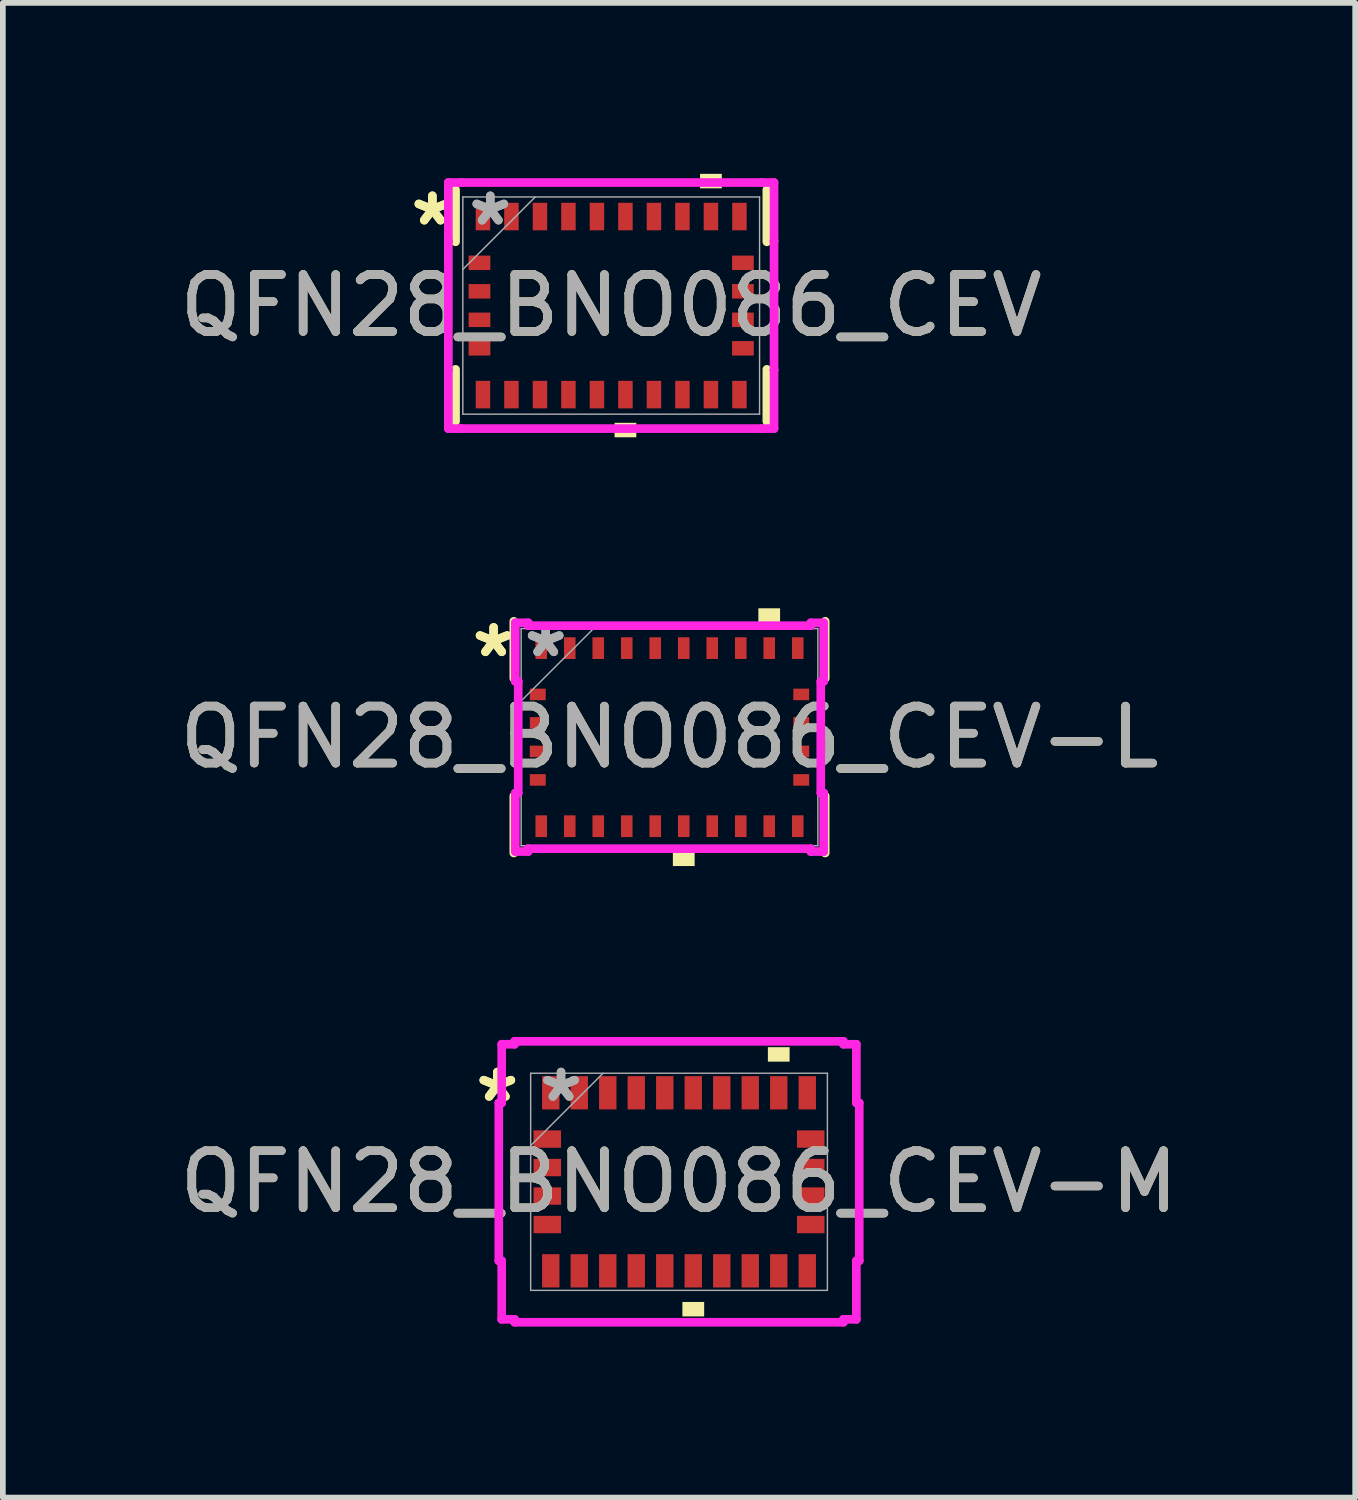
<source format=kicad_pcb>
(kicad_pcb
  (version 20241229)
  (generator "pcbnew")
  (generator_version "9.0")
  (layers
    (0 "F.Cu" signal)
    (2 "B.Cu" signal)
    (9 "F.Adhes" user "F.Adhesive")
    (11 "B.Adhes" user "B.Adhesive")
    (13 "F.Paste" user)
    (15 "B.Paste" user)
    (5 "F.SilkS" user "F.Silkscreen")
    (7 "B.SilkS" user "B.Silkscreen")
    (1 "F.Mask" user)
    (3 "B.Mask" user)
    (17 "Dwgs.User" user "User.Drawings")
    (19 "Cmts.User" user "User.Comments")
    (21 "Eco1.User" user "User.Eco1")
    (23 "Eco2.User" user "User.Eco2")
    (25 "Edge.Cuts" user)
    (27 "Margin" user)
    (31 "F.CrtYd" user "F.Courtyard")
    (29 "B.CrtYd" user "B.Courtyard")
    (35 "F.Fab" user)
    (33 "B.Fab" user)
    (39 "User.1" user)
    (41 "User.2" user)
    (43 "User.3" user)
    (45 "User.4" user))
  (footprint "QFN28_BNO086_CEV"
    (layer "F.Cu")
    (at 7.673 2.311)
    (property "Reference" "QFN28_BNO086_CEV" (at 0 0 0) (unlocked yes) (layer "F.SilkS") (effects (font (size 1 1) (thickness 0.15))))
    (attr smd)
    (fp_line (start -2.731 -2.032) (end -2.731 -1.119) (stroke (width 0.152) (type solid)) (layer "F.SilkS"))
    (fp_line (start -2.731 1.119) (end -2.731 2.032) (stroke (width 0.152) (type solid)) (layer "F.SilkS"))
    (fp_line (start 2.731 -1.119) (end 2.731 -2.032) (stroke (width 0.152) (type solid)) (layer "F.SilkS"))
    (fp_line (start 2.731 2.032) (end 2.731 1.119) (stroke (width 0.152) (type solid)) (layer "F.SilkS"))
    (fp_poly (pts (xy 0.059 2.057) (xy 0.059 2.311) (xy 0.441 2.311) (xy 0.441 2.057)) (stroke (width 0) (type solid)) (fill yes) (layer "F.SilkS"))
    (fp_poly (pts (xy 1.559 -2.057) (xy 1.559 -2.311) (xy 1.94 -2.311) (xy 1.94 -2.057)) (stroke (width 0) (type solid)) (fill yes) (layer "F.SilkS"))
    (fp_line (start -2.857 -2.159) (end -2.631 -2.159) (stroke (width 0.152) (type solid)) (layer "F.CrtYd"))
    (fp_line (start -2.857 -1.131) (end -2.857 -2.159) (stroke (width 0.152) (type solid)) (layer "F.CrtYd"))
    (fp_line (start -2.857 -1.131) (end -2.857 -1.131) (stroke (width 0.152) (type solid)) (layer "F.CrtYd"))
    (fp_line (start -2.857 1.131) (end -2.857 -1.131) (stroke (width 0.152) (type solid)) (layer "F.CrtYd"))
    (fp_line (start -2.857 1.131) (end -2.857 1.131) (stroke (width 0.152) (type solid)) (layer "F.CrtYd"))
    (fp_line (start -2.857 2.159) (end -2.857 1.131) (stroke (width 0.152) (type solid)) (layer "F.CrtYd"))
    (fp_line (start -2.857 2.159) (end -2.631 2.159) (stroke (width 0.152) (type solid)) (layer "F.CrtYd"))
    (fp_line (start -2.631 -2.159) (end -2.631 -2.159) (stroke (width 0.152) (type solid)) (layer "F.CrtYd"))
    (fp_line (start -2.631 -2.159) (end 2.631 -2.159) (stroke (width 0.152) (type solid)) (layer "F.CrtYd"))
    (fp_line (start -2.631 2.159) (end -2.631 2.159) (stroke (width 0.152) (type solid)) (layer "F.CrtYd"))
    (fp_line (start -2.631 2.159) (end 2.631 2.159) (stroke (width 0.152) (type solid)) (layer "F.CrtYd"))
    (fp_line (start 2.631 -2.159) (end 2.631 -2.159) (stroke (width 0.152) (type solid)) (layer "F.CrtYd"))
    (fp_line (start 2.631 -2.159) (end 2.857 -2.159) (stroke (width 0.152) (type solid)) (layer "F.CrtYd"))
    (fp_line (start 2.631 2.159) (end 2.631 2.159) (stroke (width 0.152) (type solid)) (layer "F.CrtYd"))
    (fp_line (start 2.631 2.159) (end 2.857 2.159) (stroke (width 0.152) (type solid)) (layer "F.CrtYd"))
    (fp_line (start 2.857 -1.131) (end 2.857 -2.159) (stroke (width 0.152) (type solid)) (layer "F.CrtYd"))
    (fp_line (start 2.857 -1.131) (end 2.857 -1.131) (stroke (width 0.152) (type solid)) (layer "F.CrtYd"))
    (fp_line (start 2.857 1.131) (end 2.857 -1.131) (stroke (width 0.152) (type solid)) (layer "F.CrtYd"))
    (fp_line (start 2.857 1.131) (end 2.857 1.131) (stroke (width 0.152) (type solid)) (layer "F.CrtYd"))
    (fp_line (start 2.857 2.159) (end 2.857 1.131) (stroke (width 0.152) (type solid)) (layer "F.CrtYd"))
    (fp_line (start -2.603 -1.905) (end -2.603 1.905) (stroke (width 0.025) (type solid)) (layer "F.Fab"))
    (fp_line (start -2.603 -0.635) (end -1.333 -1.905) (stroke (width 0.025) (type solid)) (layer "F.Fab"))
    (fp_line (start -2.603 1.905) (end 2.603 1.905) (stroke (width 0.025) (type solid)) (layer "F.Fab"))
    (fp_line (start 2.603 -1.905) (end -2.603 -1.905) (stroke (width 0.025) (type solid)) (layer "F.Fab"))
    (fp_line (start 2.603 1.905) (end 2.603 -1.905) (stroke (width 0.025) (type solid)) (layer "F.Fab"))
    (fp_text user "*" (at -3.137 -1.381 0) (unlocked yes) (layer "F.SilkS") (effects (font (size 1 1) (thickness 0.15))))
    (fp_text user "*" (at -3.137 -1.381 0) (layer "F.SilkS") (effects (font (size 1 1) (thickness 0.15))))
    (fp_text user "${REFERENCE}" (at 0 0 0) (unlocked yes) (layer "F.Fab") (effects (font (size 1 1) (thickness 0.15))))
    (fp_text user "*" (at -2.121 -1.381 0) (layer "F.Fab") (effects (font (size 1 1) (thickness 0.15))))
    (fp_text user "*" (at -2.121 -1.381 0) (unlocked yes) (layer "F.Fab") (effects (font (size 1 1) (thickness 0.15))))
    (pad "1" smd rect (at -2.25 -1.562) (size 0.254 0.483) (layers "F.Cu" "F.Mask" "F.Paste"))
    (pad "2" smd rect (at -2.311 -0.75 90) (size 0.254 0.381) (layers "F.Cu" "F.Mask" "F.Paste"))
    (pad "3" smd rect (at -2.311 -0.25 90) (size 0.254 0.381) (layers "F.Cu" "F.Mask" "F.Paste"))
    (pad "4" smd rect (at -2.311 0.25 90) (size 0.254 0.381) (layers "F.Cu" "F.Mask" "F.Paste"))
    (pad "5" smd rect (at -2.311 0.75 90) (size 0.254 0.381) (layers "F.Cu" "F.Mask" "F.Paste"))
    (pad "6" smd rect (at -2.25 1.562) (size 0.254 0.483) (layers "F.Cu" "F.Mask" "F.Paste"))
    (pad "7" smd rect (at -1.75 1.562) (size 0.254 0.483) (layers "F.Cu" "F.Mask" "F.Paste"))
    (pad "8" smd rect (at -1.25 1.562) (size 0.254 0.483) (layers "F.Cu" "F.Mask" "F.Paste"))
    (pad "9" smd rect (at -0.75 1.562) (size 0.254 0.483) (layers "F.Cu" "F.Mask" "F.Paste"))
    (pad "10" smd rect (at -0.25 1.562) (size 0.254 0.483) (layers "F.Cu" "F.Mask" "F.Paste"))
    (pad "11" smd rect (at 0.25 1.562) (size 0.254 0.483) (layers "F.Cu" "F.Mask" "F.Paste"))
    (pad "12" smd rect (at 0.75 1.562) (size 0.254 0.483) (layers "F.Cu" "F.Mask" "F.Paste"))
    (pad "13" smd rect (at 1.25 1.562) (size 0.254 0.483) (layers "F.Cu" "F.Mask" "F.Paste"))
    (pad "14" smd rect (at 1.75 1.562) (size 0.254 0.483) (layers "F.Cu" "F.Mask" "F.Paste"))
    (pad "15" smd rect (at 2.25 1.562) (size 0.254 0.483) (layers "F.Cu" "F.Mask" "F.Paste"))
    (pad "16" smd rect (at 2.311 0.75 90) (size 0.254 0.381) (layers "F.Cu" "F.Mask" "F.Paste"))
    (pad "17" smd rect (at 2.311 0.25 90) (size 0.254 0.381) (layers "F.Cu" "F.Mask" "F.Paste"))
    (pad "18" smd rect (at 2.311 -0.25 90) (size 0.254 0.381) (layers "F.Cu" "F.Mask" "F.Paste"))
    (pad "19" smd rect (at 2.311 -0.75 90) (size 0.254 0.381) (layers "F.Cu" "F.Mask" "F.Paste"))
    (pad "20" smd rect (at 2.25 -1.562) (size 0.254 0.483) (layers "F.Cu" "F.Mask" "F.Paste"))
    (pad "21" smd rect (at 1.75 -1.562) (size 0.254 0.483) (layers "F.Cu" "F.Mask" "F.Paste"))
    (pad "22" smd rect (at 1.25 -1.562) (size 0.254 0.483) (layers "F.Cu" "F.Mask" "F.Paste"))
    (pad "23" smd rect (at 0.75 -1.562) (size 0.254 0.483) (layers "F.Cu" "F.Mask" "F.Paste"))
    (pad "24" smd rect (at 0.25 -1.562) (size 0.254 0.483) (layers "F.Cu" "F.Mask" "F.Paste"))
    (pad "25" smd rect (at -0.25 -1.562) (size 0.254 0.483) (layers "F.Cu" "F.Mask" "F.Paste"))
    (pad "26" smd rect (at -0.75 -1.562) (size 0.254 0.483) (layers "F.Cu" "F.Mask" "F.Paste"))
    (pad "27" smd rect (at -1.25 -1.562) (size 0.254 0.483) (layers "F.Cu" "F.Mask" "F.Paste"))
    (pad "28" smd rect (at -1.75 -1.562) (size 0.254 0.483) (layers "F.Cu" "F.Mask" "F.Paste")))
  (footprint "QFN28_BNO086_CEV-L"
    (layer "F.Cu")
    (at 8.696 9.883)
    (property "Reference" "QFN28_BNO086_CEV-L" (at 0 0 0) (unlocked yes) (layer "F.SilkS") (effects (font (size 1 1) (thickness 0.15))))
    (attr smd)
    (fp_line (start -2.731 -2.032) (end -2.731 -1.032) (stroke (width 0.152) (type solid)) (layer "F.SilkS"))
    (fp_line (start -2.731 1.032) (end -2.731 2.032) (stroke (width 0.152) (type solid)) (layer "F.SilkS"))
    (fp_line (start 2.731 -1.032) (end 2.731 -2.032) (stroke (width 0.152) (type solid)) (layer "F.SilkS"))
    (fp_line (start 2.731 2.032) (end 2.731 1.032) (stroke (width 0.152) (type solid)) (layer "F.SilkS"))
    (fp_poly (pts (xy 0.059 2.007) (xy 0.059 2.261) (xy 0.441 2.261) (xy 0.441 2.007)) (stroke (width 0) (type solid)) (fill yes) (layer "F.SilkS"))
    (fp_poly (pts (xy 1.559 -2.007) (xy 1.559 -2.261) (xy 1.94 -2.261) (xy 1.94 -2.007)) (stroke (width 0) (type solid)) (fill yes) (layer "F.SilkS"))
    (fp_line (start -2.705 -2.007) (end -2.479 -2.007) (stroke (width 0.152) (type solid)) (layer "F.CrtYd"))
    (fp_line (start -2.705 -0.979) (end -2.705 -2.007) (stroke (width 0.152) (type solid)) (layer "F.CrtYd"))
    (fp_line (start -2.705 0.979) (end -2.654 0.979) (stroke (width 0.152) (type solid)) (layer "F.CrtYd"))
    (fp_line (start -2.705 2.007) (end -2.705 0.979) (stroke (width 0.152) (type solid)) (layer "F.CrtYd"))
    (fp_line (start -2.705 2.007) (end -2.479 2.007) (stroke (width 0.152) (type solid)) (layer "F.CrtYd"))
    (fp_line (start -2.654 -0.979) (end -2.705 -0.979) (stroke (width 0.152) (type solid)) (layer "F.CrtYd"))
    (fp_line (start -2.654 0.979) (end -2.654 -0.979) (stroke (width 0.152) (type solid)) (layer "F.CrtYd"))
    (fp_line (start -2.479 -2.007) (end -2.479 -1.956) (stroke (width 0.152) (type solid)) (layer "F.CrtYd"))
    (fp_line (start -2.479 -1.956) (end 2.479 -1.956) (stroke (width 0.152) (type solid)) (layer "F.CrtYd"))
    (fp_line (start -2.479 1.956) (end 2.479 1.956) (stroke (width 0.152) (type solid)) (layer "F.CrtYd"))
    (fp_line (start -2.479 2.007) (end -2.479 1.956) (stroke (width 0.152) (type solid)) (layer "F.CrtYd"))
    (fp_line (start 2.479 -2.007) (end 2.705 -2.007) (stroke (width 0.152) (type solid)) (layer "F.CrtYd"))
    (fp_line (start 2.479 -1.956) (end 2.479 -2.007) (stroke (width 0.152) (type solid)) (layer "F.CrtYd"))
    (fp_line (start 2.479 1.956) (end 2.479 2.007) (stroke (width 0.152) (type solid)) (layer "F.CrtYd"))
    (fp_line (start 2.479 2.007) (end 2.705 2.007) (stroke (width 0.152) (type solid)) (layer "F.CrtYd"))
    (fp_line (start 2.654 -0.979) (end 2.705 -0.979) (stroke (width 0.152) (type solid)) (layer "F.CrtYd"))
    (fp_line (start 2.654 0.979) (end 2.654 -0.979) (stroke (width 0.152) (type solid)) (layer "F.CrtYd"))
    (fp_line (start 2.705 -0.979) (end 2.705 -2.007) (stroke (width 0.152) (type solid)) (layer "F.CrtYd"))
    (fp_line (start 2.705 0.979) (end 2.654 0.979) (stroke (width 0.152) (type solid)) (layer "F.CrtYd"))
    (fp_line (start 2.705 2.007) (end 2.705 0.979) (stroke (width 0.152) (type solid)) (layer "F.CrtYd"))
    (fp_line (start -2.603 -1.905) (end -2.603 1.905) (stroke (width 0.025) (type solid)) (layer "F.Fab"))
    (fp_line (start -2.603 -0.635) (end -1.333 -1.905) (stroke (width 0.025) (type solid)) (layer "F.Fab"))
    (fp_line (start -2.603 1.905) (end 2.603 1.905) (stroke (width 0.025) (type solid)) (layer "F.Fab"))
    (fp_line (start 2.603 -1.905) (end -2.603 -1.905) (stroke (width 0.025) (type solid)) (layer "F.Fab"))
    (fp_line (start 2.603 1.905) (end 2.603 -1.905) (stroke (width 0.025) (type solid)) (layer "F.Fab"))
    (fp_text user "*" (at -3.086 -1.381 0) (layer "F.SilkS") (effects (font (size 1 1) (thickness 0.15))))
    (fp_text user "*" (at -3.086 -1.381 0) (unlocked yes) (layer "F.SilkS") (effects (font (size 1 1) (thickness 0.15))))
    (fp_text user "${REFERENCE}" (at 0 0 0) (unlocked yes) (layer "F.Fab") (effects (font (size 1 1) (thickness 0.15))))
    (fp_text user "*" (at -2.172 -1.381 0) (layer "F.Fab") (effects (font (size 1 1) (thickness 0.15))))
    (fp_text user "*" (at -2.172 -1.381 0) (unlocked yes) (layer "F.Fab") (effects (font (size 1 1) (thickness 0.15))))
    (pad "1" smd rect (at -2.25 -1.562) (size 0.203 0.381) (layers "F.Cu" "F.Mask" "F.Paste"))
    (pad "2" smd rect (at -2.311 -0.75 90) (size 0.203 0.279) (layers "F.Cu" "F.Mask" "F.Paste"))
    (pad "3" smd rect (at -2.311 -0.25 90) (size 0.203 0.279) (layers "F.Cu" "F.Mask" "F.Paste"))
    (pad "4" smd rect (at -2.311 0.25 90) (size 0.203 0.279) (layers "F.Cu" "F.Mask" "F.Paste"))
    (pad "5" smd rect (at -2.311 0.75 90) (size 0.203 0.279) (layers "F.Cu" "F.Mask" "F.Paste"))
    (pad "6" smd rect (at -2.25 1.562) (size 0.203 0.381) (layers "F.Cu" "F.Mask" "F.Paste"))
    (pad "7" smd rect (at -1.75 1.562) (size 0.203 0.381) (layers "F.Cu" "F.Mask" "F.Paste"))
    (pad "8" smd rect (at -1.25 1.562) (size 0.203 0.381) (layers "F.Cu" "F.Mask" "F.Paste"))
    (pad "9" smd rect (at -0.75 1.562) (size 0.203 0.381) (layers "F.Cu" "F.Mask" "F.Paste"))
    (pad "10" smd rect (at -0.25 1.562) (size 0.203 0.381) (layers "F.Cu" "F.Mask" "F.Paste"))
    (pad "11" smd rect (at 0.25 1.562) (size 0.203 0.381) (layers "F.Cu" "F.Mask" "F.Paste"))
    (pad "12" smd rect (at 0.75 1.562) (size 0.203 0.381) (layers "F.Cu" "F.Mask" "F.Paste"))
    (pad "13" smd rect (at 1.25 1.562) (size 0.203 0.381) (layers "F.Cu" "F.Mask" "F.Paste"))
    (pad "14" smd rect (at 1.75 1.562) (size 0.203 0.381) (layers "F.Cu" "F.Mask" "F.Paste"))
    (pad "15" smd rect (at 2.25 1.562) (size 0.203 0.381) (layers "F.Cu" "F.Mask" "F.Paste"))
    (pad "16" smd rect (at 2.311 0.75 90) (size 0.203 0.279) (layers "F.Cu" "F.Mask" "F.Paste"))
    (pad "17" smd rect (at 2.311 0.25 90) (size 0.203 0.279) (layers "F.Cu" "F.Mask" "F.Paste"))
    (pad "18" smd rect (at 2.311 -0.25 90) (size 0.203 0.279) (layers "F.Cu" "F.Mask" "F.Paste"))
    (pad "19" smd rect (at 2.311 -0.75 90) (size 0.203 0.279) (layers "F.Cu" "F.Mask" "F.Paste"))
    (pad "20" smd rect (at 2.25 -1.562) (size 0.203 0.381) (layers "F.Cu" "F.Mask" "F.Paste"))
    (pad "21" smd rect (at 1.75 -1.562) (size 0.203 0.381) (layers "F.Cu" "F.Mask" "F.Paste"))
    (pad "22" smd rect (at 1.25 -1.562) (size 0.203 0.381) (layers "F.Cu" "F.Mask" "F.Paste"))
    (pad "23" smd rect (at 0.75 -1.562) (size 0.203 0.381) (layers "F.Cu" "F.Mask" "F.Paste"))
    (pad "24" smd rect (at 0.25 -1.562) (size 0.203 0.381) (layers "F.Cu" "F.Mask" "F.Paste"))
    (pad "25" smd rect (at -0.25 -1.562) (size 0.203 0.381) (layers "F.Cu" "F.Mask" "F.Paste"))
    (pad "26" smd rect (at -0.75 -1.562) (size 0.203 0.381) (layers "F.Cu" "F.Mask" "F.Paste"))
    (pad "27" smd rect (at -1.25 -1.562) (size 0.203 0.381) (layers "F.Cu" "F.Mask" "F.Paste"))
    (pad "28" smd rect (at -1.75 -1.562) (size 0.203 0.381) (layers "F.Cu" "F.Mask" "F.Paste")))
  (footprint "QFN28_BNO086_CEV-M"
    (layer "F.Cu")
    (at 8.863 17.684)
    (property "Reference" "QFN28_BNO086_CEV-M" (at 0 0 0) (unlocked yes) (layer "F.SilkS") (effects (font (size 1 1) (thickness 0.15))))
    (attr smd)
    (fp_poly (pts (xy 0.059 2.108) (xy 0.059 2.362) (xy 0.441 2.362) (xy 0.441 2.108)) (stroke (width 0) (type solid)) (fill yes) (layer "F.SilkS"))
    (fp_poly (pts (xy 1.559 -2.108) (xy 1.559 -2.362) (xy 1.94 -2.362) (xy 1.94 -2.108)) (stroke (width 0) (type solid)) (fill yes) (layer "F.SilkS"))
    (fp_line (start -3.162 -1.385) (end -3.111 -1.385) (stroke (width 0.152) (type solid)) (layer "F.CrtYd"))
    (fp_line (start -3.162 1.385) (end -3.162 -1.385) (stroke (width 0.152) (type solid)) (layer "F.CrtYd"))
    (fp_line (start -3.111 -2.413) (end -2.885 -2.413) (stroke (width 0.152) (type solid)) (layer "F.CrtYd"))
    (fp_line (start -3.111 -1.385) (end -3.111 -2.413) (stroke (width 0.152) (type solid)) (layer "F.CrtYd"))
    (fp_line (start -3.111 1.385) (end -3.162 1.385) (stroke (width 0.152) (type solid)) (layer "F.CrtYd"))
    (fp_line (start -3.111 2.413) (end -3.111 1.385) (stroke (width 0.152) (type solid)) (layer "F.CrtYd"))
    (fp_line (start -3.111 2.413) (end -2.885 2.413) (stroke (width 0.152) (type solid)) (layer "F.CrtYd"))
    (fp_line (start -2.885 -2.464) (end 2.885 -2.464) (stroke (width 0.152) (type solid)) (layer "F.CrtYd"))
    (fp_line (start -2.885 -2.413) (end -2.885 -2.464) (stroke (width 0.152) (type solid)) (layer "F.CrtYd"))
    (fp_line (start -2.885 2.413) (end -2.885 2.464) (stroke (width 0.152) (type solid)) (layer "F.CrtYd"))
    (fp_line (start -2.885 2.464) (end 2.885 2.464) (stroke (width 0.152) (type solid)) (layer "F.CrtYd"))
    (fp_line (start 2.885 -2.464) (end 2.885 -2.413) (stroke (width 0.152) (type solid)) (layer "F.CrtYd"))
    (fp_line (start 2.885 -2.413) (end 3.111 -2.413) (stroke (width 0.152) (type solid)) (layer "F.CrtYd"))
    (fp_line (start 2.885 2.413) (end 3.111 2.413) (stroke (width 0.152) (type solid)) (layer "F.CrtYd"))
    (fp_line (start 2.885 2.464) (end 2.885 2.413) (stroke (width 0.152) (type solid)) (layer "F.CrtYd"))
    (fp_line (start 3.111 -1.385) (end 3.111 -2.413) (stroke (width 0.152) (type solid)) (layer "F.CrtYd"))
    (fp_line (start 3.111 1.385) (end 3.162 1.385) (stroke (width 0.152) (type solid)) (layer "F.CrtYd"))
    (fp_line (start 3.111 2.413) (end 3.111 1.385) (stroke (width 0.152) (type solid)) (layer "F.CrtYd"))
    (fp_line (start 3.162 -1.385) (end 3.111 -1.385) (stroke (width 0.152) (type solid)) (layer "F.CrtYd"))
    (fp_line (start 3.162 1.385) (end 3.162 -1.385) (stroke (width 0.152) (type solid)) (layer "F.CrtYd"))
    (fp_line (start -2.603 -1.905) (end -2.603 1.905) (stroke (width 0.025) (type solid)) (layer "F.Fab"))
    (fp_line (start -2.603 -0.635) (end -1.333 -1.905) (stroke (width 0.025) (type solid)) (layer "F.Fab"))
    (fp_line (start -2.603 1.905) (end 2.603 1.905) (stroke (width 0.025) (type solid)) (layer "F.Fab"))
    (fp_line (start 2.603 -1.905) (end -2.603 -1.905) (stroke (width 0.025) (type solid)) (layer "F.Fab"))
    (fp_line (start 2.603 1.905) (end 2.603 -1.905) (stroke (width 0.025) (type solid)) (layer "F.Fab"))
    (fp_text user "*" (at -3.188 -1.381 0) (unlocked yes) (layer "F.SilkS") (effects (font (size 1 1) (thickness 0.15))))
    (fp_text user "*" (at -3.188 -1.381 0) (layer "F.SilkS") (effects (font (size 1 1) (thickness 0.15))))
    (fp_text user "*" (at -2.07 -1.381 0) (unlocked yes) (layer "F.Fab") (effects (font (size 1 1) (thickness 0.15))))
    (fp_text user "*" (at -2.07 -1.381 0) (layer "F.Fab") (effects (font (size 1 1) (thickness 0.15))))
    (fp_text user "${REFERENCE}" (at 0 0 0) (unlocked yes) (layer "F.Fab") (effects (font (size 1 1) (thickness 0.15))))
    (pad "1" smd rect (at -2.25 -1.562) (size 0.305 0.584) (layers "F.Cu" "F.Mask" "F.Paste"))
    (pad "2" smd rect (at -2.311 -0.75 90) (size 0.305 0.483) (layers "F.Cu" "F.Mask" "F.Paste"))
    (pad "3" smd rect (at -2.311 -0.25 90) (size 0.305 0.483) (layers "F.Cu" "F.Mask" "F.Paste"))
    (pad "4" smd rect (at -2.311 0.25 90) (size 0.305 0.483) (layers "F.Cu" "F.Mask" "F.Paste"))
    (pad "5" smd rect (at -2.311 0.75 90) (size 0.305 0.483) (layers "F.Cu" "F.Mask" "F.Paste"))
    (pad "6" smd rect (at -2.25 1.562) (size 0.305 0.584) (layers "F.Cu" "F.Mask" "F.Paste"))
    (pad "7" smd rect (at -1.75 1.562) (size 0.305 0.584) (layers "F.Cu" "F.Mask" "F.Paste"))
    (pad "8" smd rect (at -1.25 1.562) (size 0.305 0.584) (layers "F.Cu" "F.Mask" "F.Paste"))
    (pad "9" smd rect (at -0.75 1.562) (size 0.305 0.584) (layers "F.Cu" "F.Mask" "F.Paste"))
    (pad "10" smd rect (at -0.25 1.562) (size 0.305 0.584) (layers "F.Cu" "F.Mask" "F.Paste"))
    (pad "11" smd rect (at 0.25 1.562) (size 0.305 0.584) (layers "F.Cu" "F.Mask" "F.Paste"))
    (pad "12" smd rect (at 0.75 1.562) (size 0.305 0.584) (layers "F.Cu" "F.Mask" "F.Paste"))
    (pad "13" smd rect (at 1.25 1.562) (size 0.305 0.584) (layers "F.Cu" "F.Mask" "F.Paste"))
    (pad "14" smd rect (at 1.75 1.562) (size 0.305 0.584) (layers "F.Cu" "F.Mask" "F.Paste"))
    (pad "15" smd rect (at 2.25 1.562) (size 0.305 0.584) (layers "F.Cu" "F.Mask" "F.Paste"))
    (pad "16" smd rect (at 2.311 0.75 90) (size 0.305 0.483) (layers "F.Cu" "F.Mask" "F.Paste"))
    (pad "17" smd rect (at 2.311 0.25 90) (size 0.305 0.483) (layers "F.Cu" "F.Mask" "F.Paste"))
    (pad "18" smd rect (at 2.311 -0.25 90) (size 0.305 0.483) (layers "F.Cu" "F.Mask" "F.Paste"))
    (pad "19" smd rect (at 2.311 -0.75 90) (size 0.305 0.483) (layers "F.Cu" "F.Mask" "F.Paste"))
    (pad "20" smd rect (at 2.25 -1.562) (size 0.305 0.584) (layers "F.Cu" "F.Mask" "F.Paste"))
    (pad "21" smd rect (at 1.75 -1.562) (size 0.305 0.584) (layers "F.Cu" "F.Mask" "F.Paste"))
    (pad "22" smd rect (at 1.25 -1.562) (size 0.305 0.584) (layers "F.Cu" "F.Mask" "F.Paste"))
    (pad "23" smd rect (at 0.75 -1.562) (size 0.305 0.584) (layers "F.Cu" "F.Mask" "F.Paste"))
    (pad "24" smd rect (at 0.25 -1.562) (size 0.305 0.584) (layers "F.Cu" "F.Mask" "F.Paste"))
    (pad "25" smd rect (at -0.25 -1.562) (size 0.305 0.584) (layers "F.Cu" "F.Mask" "F.Paste"))
    (pad "26" smd rect (at -0.75 -1.562) (size 0.305 0.584) (layers "F.Cu" "F.Mask" "F.Paste"))
    (pad "27" smd rect (at -1.25 -1.562) (size 0.305 0.584) (layers "F.Cu" "F.Mask" "F.Paste"))
    (pad "28" smd rect (at -1.75 -1.562) (size 0.305 0.584) (layers "F.Cu" "F.Mask" "F.Paste")))
  (gr_rect
    (start -3 -3)
    (end 20.726 23.224)
    (stroke (width 0.1) (type default))
    (fill no)
    (layer "Edge.Cuts")))
</source>
